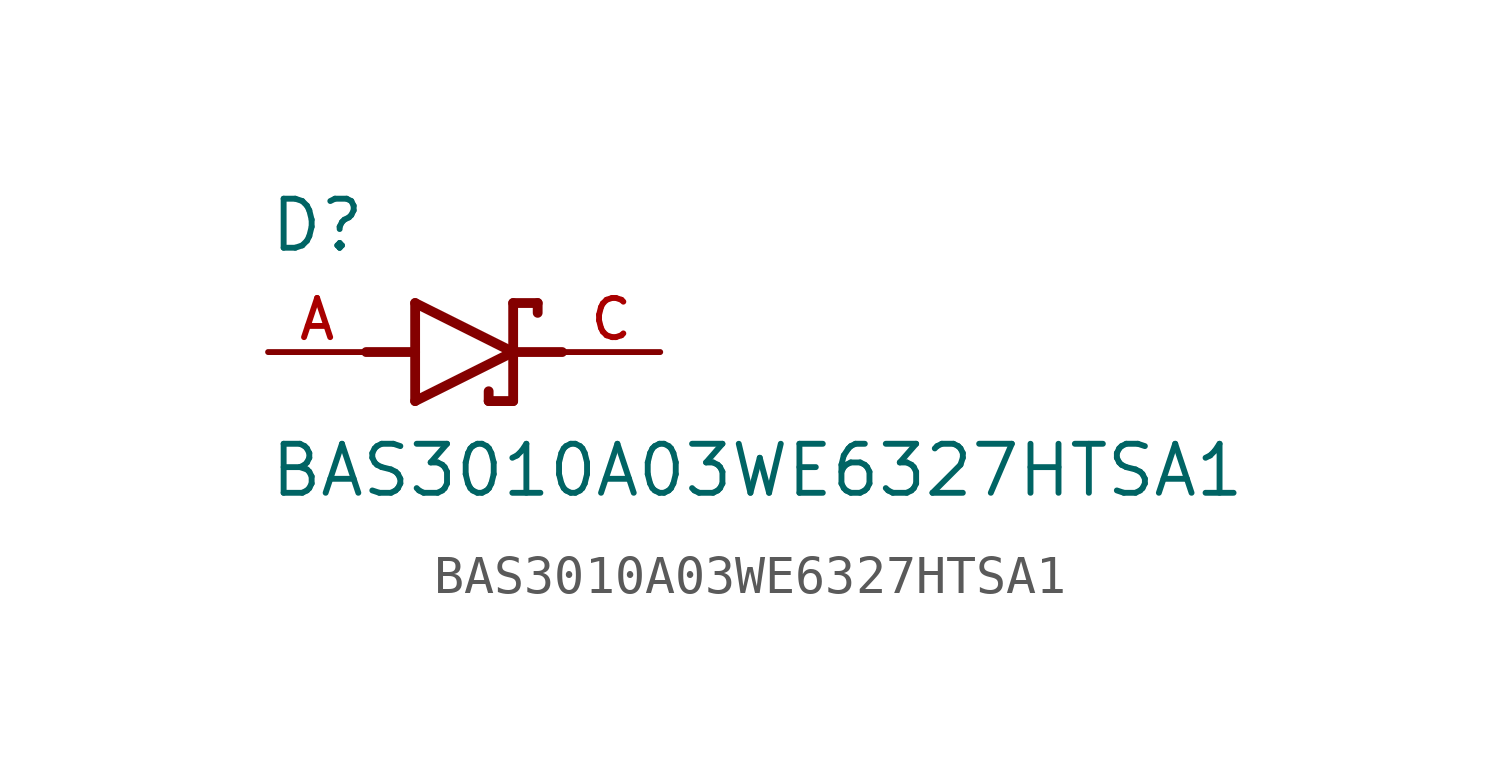
<source format=kicad_sym>
(kicad_symbol_lib
  (version 20211014)
  (generator kicad_symbol_editor)
  (symbol "BAS3010A03WE6327HTSA1"
    (pin_names
      (offset 1.016))
    (property "Reference" "D"
      (at -5.08 2.54 0)
      (effects (font (size 1.27 1.27)) (justify bottom left)))
    (property "Value" "BAS3010A03WE6327HTSA1"
      (at -5.08 -3.81 0)
      (effects (font (size 1.27 1.27)) (justify bottom left)))
    (symbol "BAS3010A03WE6327HTSA1_0_0"
      (polyline (pts (xy -1.27 -1.27) (xy 1.27 0.0)) (stroke (width 0.254)))
      (polyline (pts (xy 1.27 0.0) (xy -1.27 1.27)) (stroke (width 0.254)))
      (polyline (pts (xy 1.905 1.27) (xy 1.27 1.27)) (stroke (width 0.254)))
      (polyline (pts (xy -1.27 1.27) (xy -1.27 -1.27)) (stroke (width 0.254)))
      (polyline (pts (xy 1.27 1.27) (xy 1.27 -1.27)) (stroke (width 0.254)))
      (polyline (pts (xy 1.905 1.27) (xy 1.905 1.016)) (stroke (width 0.254)))
      (polyline (pts (xy 1.27 -1.27) (xy 0.635 -1.27)) (stroke (width 0.254)))
      (polyline (pts (xy 0.635 -1.016) (xy 0.635 -1.27)) (stroke (width 0.254)))
      (polyline (pts (xy -2.54 0.0) (xy -1.27 0.0)) (stroke (width 0.254)))
      (polyline (pts (xy 2.54 0.0) (xy 1.27 0.0)) (stroke (width 0.254)))
      (pin passive line (at 5.08 0.0 180.0) (length 2.54) (name "~" (effects (font (size 1.016 1.016)))) (number "C" (effects (font (size 1.016 1.016)))))
      (pin passive line (at -5.08 0.0 0) (length 2.54) (name "~" (effects (font (size 1.016 1.016)))) (number "A" (effects (font (size 1.016 1.016))))))))
</source>
